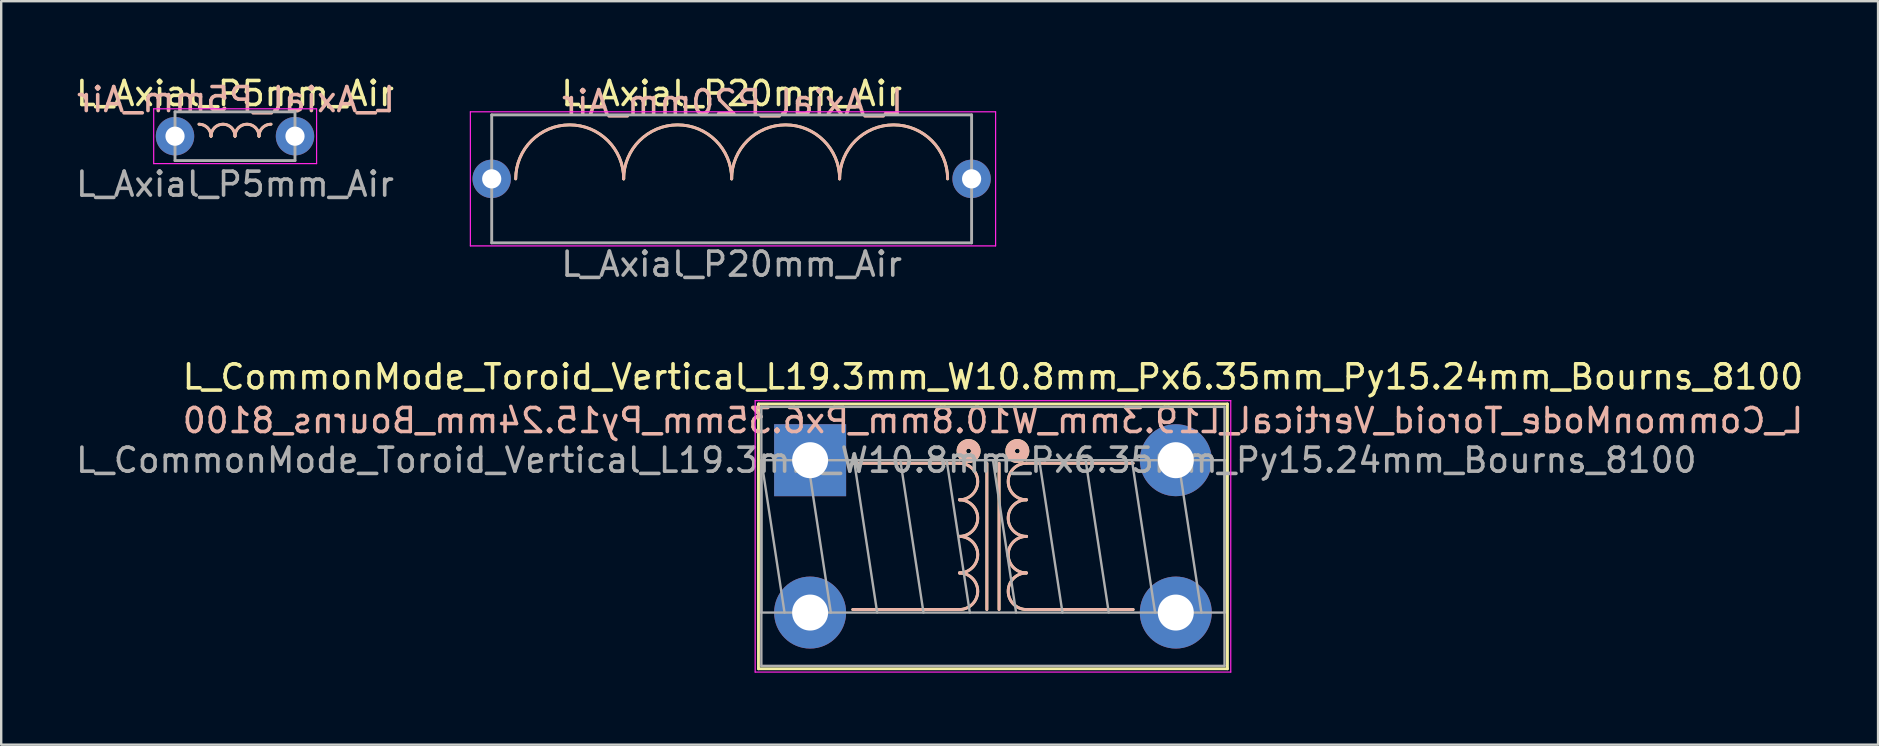
<source format=kicad_pcb>
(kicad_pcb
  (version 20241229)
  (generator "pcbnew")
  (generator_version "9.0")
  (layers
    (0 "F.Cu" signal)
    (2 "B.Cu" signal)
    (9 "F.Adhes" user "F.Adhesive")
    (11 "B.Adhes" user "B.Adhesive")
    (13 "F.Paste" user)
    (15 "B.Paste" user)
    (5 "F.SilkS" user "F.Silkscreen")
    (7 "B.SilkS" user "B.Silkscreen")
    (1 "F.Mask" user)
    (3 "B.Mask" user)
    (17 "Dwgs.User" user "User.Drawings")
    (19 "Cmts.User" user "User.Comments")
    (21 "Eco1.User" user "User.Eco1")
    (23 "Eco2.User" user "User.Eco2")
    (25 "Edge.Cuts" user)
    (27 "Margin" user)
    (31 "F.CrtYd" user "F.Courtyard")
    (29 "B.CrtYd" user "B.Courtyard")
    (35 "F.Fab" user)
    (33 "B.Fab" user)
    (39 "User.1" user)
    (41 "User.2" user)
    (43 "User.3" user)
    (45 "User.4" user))
  (footprint "L_Axial_P20mm_Air"
    (layer "F.Cu")
    (at 17.442 4.404)
    (property "Reference" "L_Axial_P20mm_Air" (at 10 -3.556 0) (layer "F.SilkS") (effects (font (size 1 1) (thickness 0.15))))
    (fp_arc (start 1 0) (mid 3.25 -2.25) (end 5.5 0) (stroke (width 0.12) (type solid)) (layer "F.SilkS"))
    (fp_arc (start 5.5 0) (mid 7.75 -2.25) (end 10 0) (stroke (width 0.12) (type solid)) (layer "F.SilkS"))
    (fp_arc (start 10 0) (mid 12.25 -2.25) (end 14.5 0) (stroke (width 0.12) (type solid)) (layer "F.SilkS"))
    (fp_arc (start 14.5 0) (mid 16.75 -2.25) (end 19 0) (stroke (width 0.12) (type solid)) (layer "F.SilkS"))
    (fp_arc (start 1 0) (mid 3.25 -2.25) (end 5.5 0) (stroke (width 0.12) (type solid)) (layer "B.SilkS"))
    (fp_arc (start 5.5 0) (mid 7.75 -2.25) (end 10 0) (stroke (width 0.12) (type solid)) (layer "B.SilkS"))
    (fp_arc (start 10 0) (mid 12.25 -2.25) (end 14.5 0) (stroke (width 0.12) (type solid)) (layer "B.SilkS"))
    (fp_arc (start 14.5 0) (mid 16.75 -2.25) (end 19 0) (stroke (width 0.12) (type solid)) (layer "B.SilkS"))
    (fp_line (start -0.889 -2.794) (end -0.889 2.794) (stroke (width 0.05) (type solid)) (layer "F.CrtYd"))
    (fp_line (start -0.889 2.794) (end 21 2.794) (stroke (width 0.05) (type solid)) (layer "F.CrtYd"))
    (fp_line (start 21 -2.794) (end -0.889 -2.794) (stroke (width 0.05) (type solid)) (layer "F.CrtYd"))
    (fp_line (start 21 2.794) (end 21 -2.794) (stroke (width 0.05) (type solid)) (layer "F.CrtYd"))
    (fp_line (start 0 -2.667) (end 20 -2.667) (stroke (width 0.12) (type solid)) (layer "F.Fab"))
    (fp_line (start 0 0) (end 0 -2.667) (stroke (width 0.12) (type solid)) (layer "F.Fab"))
    (fp_line (start 0 2.667) (end 0 0) (stroke (width 0.12) (type solid)) (layer "F.Fab"))
    (fp_line (start 0 2.667) (end 20 2.667) (stroke (width 0.12) (type solid)) (layer "F.Fab"))
    (fp_line (start 20 -2.667) (end 20 0) (stroke (width 0.12) (type solid)) (layer "F.Fab"))
    (fp_line (start 20 2.667) (end 20 0) (stroke (width 0.12) (type solid)) (layer "F.Fab"))
    (fp_text user "${REFERENCE}" (at 10.033 -3.175 0) (layer "B.SilkS") (effects (font (size 1 1) (thickness 0.15)) (justify mirror)))
    (fp_text user "${REFERENCE}" (at 10 3.556 0) (layer "F.Fab") (effects (font (size 1 1) (thickness 0.15))))
    (pad "1" thru_hole circle (at 0 0) (size 1.6 1.6) (drill 0.8) (layers "*.Cu" "*.Mask"))
    (pad "2" thru_hole oval (at 20 0) (size 1.6 1.6) (drill 0.8) (layers "*.Cu" "*.Mask")))
  (footprint "L_Axial_P5mm_Air"
    (layer "F.Cu")
    (at 4.244 2.626)
    (property "Reference" "L_Axial_P5mm_Air" (at 2.5 -1.778 0) (layer "F.SilkS") (effects (font (size 1 1) (thickness 0.15))))
    (fp_arc (start 1 -0.5) (mid 1.353553 -0.353553) (end 1.5 0) (stroke (width 0.12) (type solid)) (layer "F.SilkS"))
    (fp_arc (start 1.5 0) (mid 2 -0.5) (end 2.5 0) (stroke (width 0.12) (type solid)) (layer "F.SilkS"))
    (fp_arc (start 2.5 0) (mid 3 -0.5) (end 3.5 0) (stroke (width 0.12) (type solid)) (layer "F.SilkS"))
    (fp_arc (start 3.5 0) (mid 3.646447 -0.353553) (end 4 -0.5) (stroke (width 0.12) (type solid)) (layer "F.SilkS"))
    (fp_arc (start 1 -0.5) (mid 1.353553 -0.353553) (end 1.5 0) (stroke (width 0.12) (type solid)) (layer "B.SilkS"))
    (fp_arc (start 1.5 0) (mid 2 -0.5) (end 2.5 0) (stroke (width 0.12) (type solid)) (layer "B.SilkS"))
    (fp_arc (start 2.5 0) (mid 3 -0.5) (end 3.5 0) (stroke (width 0.12) (type solid)) (layer "B.SilkS"))
    (fp_arc (start 3.5 0) (mid 3.646447 -0.353553) (end 4 -0.5) (stroke (width 0.12) (type solid)) (layer "B.SilkS"))
    (fp_line (start -0.889 -1.143) (end -0.889 1.143) (stroke (width 0.05) (type solid)) (layer "F.CrtYd"))
    (fp_line (start -0.889 1.143) (end 5.9 1.143) (stroke (width 0.05) (type solid)) (layer "F.CrtYd"))
    (fp_line (start 5.9 -1.143) (end -0.889 -1.143) (stroke (width 0.05) (type solid)) (layer "F.CrtYd"))
    (fp_line (start 5.9 1.143) (end 5.9 -1.143) (stroke (width 0.05) (type solid)) (layer "F.CrtYd"))
    (fp_line (start 0 -1.016) (end 0 1.016) (stroke (width 0.12) (type solid)) (layer "F.Fab"))
    (fp_line (start 0 1.016) (end 5 1.016) (stroke (width 0.12) (type solid)) (layer "F.Fab"))
    (fp_line (start 5 -1.016) (end 0 -1.016) (stroke (width 0.12) (type solid)) (layer "F.Fab"))
    (fp_line (start 5 1.016) (end 5 -1.016) (stroke (width 0.12) (type solid)) (layer "F.Fab"))
    (fp_text user "${REFERENCE}" (at 2.54 -1.524 0) (layer "B.SilkS") (effects (font (size 1 1) (thickness 0.15)) (justify mirror)))
    (fp_text user "${REFERENCE}" (at 2.5 2 0) (layer "F.Fab") (effects (font (size 1 1) (thickness 0.15))))
    (pad "1" thru_hole circle (at 0 0) (size 1.6 1.6) (drill 0.8) (layers "*.Cu" "*.Mask"))
    (pad "2" thru_hole oval (at 5 0) (size 1.6 1.6) (drill 0.8) (layers "*.Cu" "*.Mask")))
  (footprint "L_CommonMode_Toroid_Vertical_L19.3mm_W10.8mm_Px6.35mm_Py15.24mm_Bourns_8100"
    (layer "F.Cu")
    (at 30.712 16.129)
    (property "Reference" "L_CommonMode_Toroid_Vertical_L19.3mm_W10.8mm_Px6.35mm_Py15.24mm_Bourns_8100" (at 7.62 -3.473 0) (layer "F.SilkS") (effects (font (size 1 1) (thickness 0.15))))
    (fp_line (start -2.152 -2.343) (end -2.152 8.693) (stroke (width 0.12) (type solid)) (layer "F.SilkS"))
    (fp_line (start -2.152 -2.343) (end 17.392 -2.343) (stroke (width 0.12) (type solid)) (layer "F.SilkS"))
    (fp_line (start -2.152 8.693) (end 17.392 8.693) (stroke (width 0.12) (type solid)) (layer "F.SilkS"))
    (fp_line (start 6.223 0.127) (end 1.778 0.127) (stroke (width 0.12) (type solid)) (layer "F.SilkS"))
    (fp_line (start 6.223 6.223) (end 1.778 6.223) (stroke (width 0.12) (type solid)) (layer "F.SilkS"))
    (fp_line (start 7.366 6.223) (end 7.366 0.127) (stroke (width 0.12) (type solid)) (layer "F.SilkS"))
    (fp_line (start 7.874 0.127) (end 7.874 6.223) (stroke (width 0.12) (type solid)) (layer "F.SilkS"))
    (fp_line (start 9.017 0.127) (end 13.462 0.127) (stroke (width 0.12) (type solid)) (layer "F.SilkS"))
    (fp_line (start 9.017 6.223) (end 13.462 6.223) (stroke (width 0.12) (type solid)) (layer "F.SilkS"))
    (fp_line (start 17.392 -2.343) (end 17.392 8.693) (stroke (width 0.12) (type solid)) (layer "F.SilkS"))
    (fp_arc (start 6.223 0.127) (mid 6.985 0.889) (end 6.223 1.651) (stroke (width 0.12) (type solid)) (layer "F.SilkS"))
    (fp_arc (start 6.223 1.651) (mid 6.985 2.413) (end 6.223 3.175) (stroke (width 0.12) (type solid)) (layer "F.SilkS"))
    (fp_arc (start 6.223 3.175) (mid 6.985 3.937) (end 6.223 4.699) (stroke (width 0.12) (type solid)) (layer "F.SilkS"))
    (fp_arc (start 6.223 4.699) (mid 6.985 5.461) (end 6.223 6.223) (stroke (width 0.12) (type solid)) (layer "F.SilkS"))
    (fp_arc (start 9.017 1.651) (mid 8.255 0.889) (end 9.017 0.127) (stroke (width 0.12) (type solid)) (layer "F.SilkS"))
    (fp_arc (start 9.017 3.175) (mid 8.255 2.413) (end 9.017 1.651) (stroke (width 0.12) (type solid)) (layer "F.SilkS"))
    (fp_arc (start 9.017 4.699) (mid 8.255 3.937) (end 9.017 3.175) (stroke (width 0.12) (type solid)) (layer "F.SilkS"))
    (fp_arc (start 9.017 6.223) (mid 8.255 5.461) (end 9.017 4.699) (stroke (width 0.12) (type solid)) (layer "F.SilkS"))
    (fp_circle (center 6.604 -0.381) (end 6.704 -0.381) (stroke (width 0.4) (type solid)) (fill no) (layer "F.SilkS"))
    (fp_circle (center 8.636 -0.381) (end 8.736 -0.381) (stroke (width 0.4) (type solid)) (fill no) (layer "F.SilkS"))
    (fp_line (start 6.223 0.127) (end 1.778 0.127) (stroke (width 0.12) (type solid)) (layer "B.SilkS"))
    (fp_line (start 6.223 6.223) (end 1.778 6.223) (stroke (width 0.12) (type solid)) (layer "B.SilkS"))
    (fp_line (start 7.366 0.127) (end 7.366 6.223) (stroke (width 0.12) (type solid)) (layer "B.SilkS"))
    (fp_line (start 7.874 6.223) (end 7.874 0.127) (stroke (width 0.12) (type solid)) (layer "B.SilkS"))
    (fp_line (start 9.017 0.127) (end 13.462 0.127) (stroke (width 0.12) (type solid)) (layer "B.SilkS"))
    (fp_line (start 9.017 6.223) (end 13.462 6.223) (stroke (width 0.12) (type solid)) (layer "B.SilkS"))
    (fp_arc (start 6.223 0.127) (mid 6.985 0.889) (end 6.223 1.651) (stroke (width 0.12) (type solid)) (layer "B.SilkS"))
    (fp_arc (start 6.223 1.651) (mid 6.985 2.413) (end 6.223 3.175) (stroke (width 0.12) (type solid)) (layer "B.SilkS"))
    (fp_arc (start 6.223 3.175) (mid 6.985 3.937) (end 6.223 4.699) (stroke (width 0.12) (type solid)) (layer "B.SilkS"))
    (fp_arc (start 6.223 4.699) (mid 6.985 5.461) (end 6.223 6.223) (stroke (width 0.12) (type solid)) (layer "B.SilkS"))
    (fp_arc (start 9.017 1.651) (mid 8.255 0.889) (end 9.017 0.127) (stroke (width 0.12) (type solid)) (layer "B.SilkS"))
    (fp_arc (start 9.017 3.175) (mid 8.255 2.413) (end 9.017 1.651) (stroke (width 0.12) (type solid)) (layer "B.SilkS"))
    (fp_arc (start 9.017 4.699) (mid 8.255 3.937) (end 9.017 3.175) (stroke (width 0.12) (type solid)) (layer "B.SilkS"))
    (fp_arc (start 9.017 6.223) (mid 8.255 5.461) (end 9.017 4.699) (stroke (width 0.12) (type solid)) (layer "B.SilkS"))
    (fp_circle (center 6.604 -0.381) (end 6.504 -0.381) (stroke (width 0.4) (type solid)) (fill no) (layer "B.SilkS"))
    (fp_circle (center 8.636 -0.381) (end 8.536 -0.381) (stroke (width 0.4) (type solid)) (fill no) (layer "B.SilkS"))
    (fp_line (start -2.29 -2.48) (end -2.29 8.83) (stroke (width 0.05) (type solid)) (layer "F.CrtYd"))
    (fp_line (start -2.29 8.83) (end 17.53 8.83) (stroke (width 0.05) (type solid)) (layer "F.CrtYd"))
    (fp_line (start 17.53 -2.48) (end -2.29 -2.48) (stroke (width 0.05) (type solid)) (layer "F.CrtYd"))
    (fp_line (start 17.53 8.83) (end 17.53 -2.48) (stroke (width 0.05) (type solid)) (layer "F.CrtYd"))
    (fp_line (start -2.032 -2.223) (end -2.032 8.572) (stroke (width 0.1) (type solid)) (layer "F.Fab"))
    (fp_line (start -2.032 0) (end -2.032 6.35) (stroke (width 0.1) (type solid)) (layer "F.Fab"))
    (fp_line (start -2.032 0) (end -1.067 6.35) (stroke (width 0.1) (type solid)) (layer "F.Fab"))
    (fp_line (start -2.032 6.35) (end 17.272 6.35) (stroke (width 0.1) (type solid)) (layer "F.Fab"))
    (fp_line (start -2.032 8.572) (end 17.272 8.572) (stroke (width 0.1) (type solid)) (layer "F.Fab"))
    (fp_line (start -0.102 0) (end 0.864 6.35) (stroke (width 0.1) (type solid)) (layer "F.Fab"))
    (fp_line (start 1.829 0) (end 2.794 6.35) (stroke (width 0.1) (type solid)) (layer "F.Fab"))
    (fp_line (start 3.759 0) (end 4.724 6.35) (stroke (width 0.1) (type solid)) (layer "F.Fab"))
    (fp_line (start 5.69 0) (end 6.655 6.35) (stroke (width 0.1) (type solid)) (layer "F.Fab"))
    (fp_line (start 7.62 0) (end 8.585 6.35) (stroke (width 0.1) (type solid)) (layer "F.Fab"))
    (fp_line (start 9.55 0) (end 10.516 6.35) (stroke (width 0.1) (type solid)) (layer "F.Fab"))
    (fp_line (start 11.481 0) (end 12.446 6.35) (stroke (width 0.1) (type solid)) (layer "F.Fab"))
    (fp_line (start 13.411 0) (end 14.376 6.35) (stroke (width 0.1) (type solid)) (layer "F.Fab"))
    (fp_line (start 15.342 0) (end 16.307 6.35) (stroke (width 0.1) (type solid)) (layer "F.Fab"))
    (fp_line (start 17.272 -2.223) (end -2.032 -2.223) (stroke (width 0.1) (type solid)) (layer "F.Fab"))
    (fp_line (start 17.272 0) (end -2.032 0) (stroke (width 0.1) (type solid)) (layer "F.Fab"))
    (fp_line (start 17.272 6.35) (end 17.272 0) (stroke (width 0.1) (type solid)) (layer "F.Fab"))
    (fp_line (start 17.272 8.572) (end 17.272 -2.223) (stroke (width 0.1) (type solid)) (layer "F.Fab"))
    (fp_text user "${REFERENCE}" (at 7.62 -1.651 0) (layer "B.SilkS") (effects (font (size 1 1) (thickness 0.15)) (justify mirror)))
    (fp_text user "${REFERENCE}" (at 3.175 0 0) (layer "F.Fab") (effects (font (size 1 1) (thickness 0.15))))
    (pad "1" thru_hole rect (at 0 0) (size 3 3) (drill 1.5) (layers "*.Cu" "*.Mask"))
    (pad "2" thru_hole circle (at 0 6.35) (size 3 3) (drill 1.5) (layers "*.Cu" "*.Mask"))
    (pad "3" thru_hole circle (at 15.24 6.35) (size 3 3) (drill 1.5) (layers "*.Cu" "*.Mask"))
    (pad "4" thru_hole circle (at 15.24 0) (size 3 3) (drill 1.5) (layers "*.Cu" "*.Mask")))
  (gr_rect
    (start -3 -3)
    (end 75.219 27.984)
    (stroke (width 0.1) (type default))
    (fill no)
    (layer "Edge.Cuts")))
</source>
